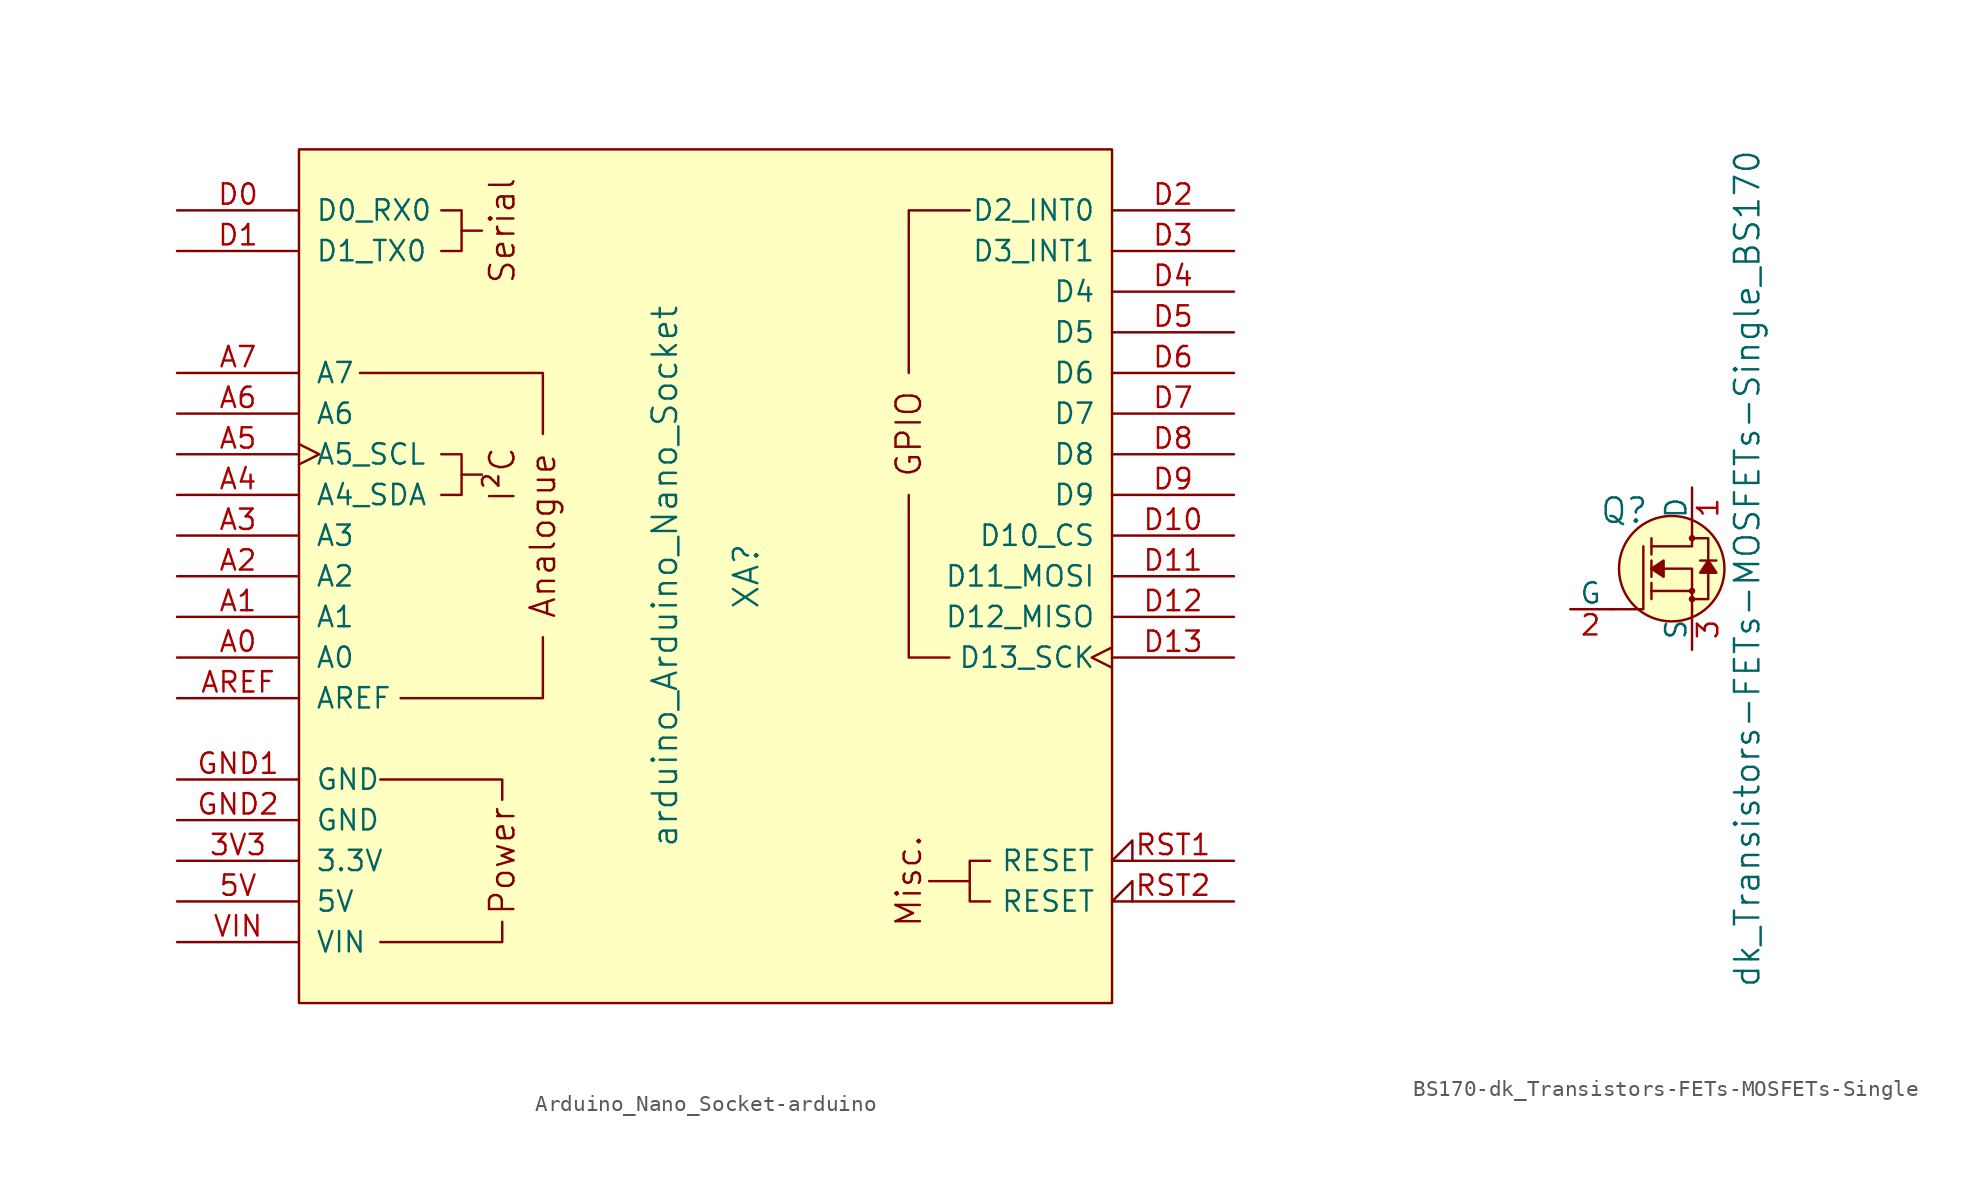
<source format=kicad_sym>
(kicad_symbol_lib
  (version 20241209)
  (generator "kicad_symbol_editor")
  (generator_version "9.0")
  (symbol "Arduino_Nano_Socket-arduino"
    (pin_names
      (offset 1.016))
    (property "Reference" "XA"
      (at 2.54 0 90)
      (effects (font (size 1.524 1.524))))
    (property "Value" "arduino_Arduino_Nano_Socket"
      (at -2.54 0 90)
      (effects (font (size 1.524 1.524))))
    (symbol "Arduino_Nano_Socket-arduino_0_0"
      (rectangle (start -25.4 26.67) (end 25.4 -26.67) (stroke (width 0) (type solid)) (fill (type background)))
      (polyline (pts (xy -20.32 -22.86) (xy -12.7 -22.86) (xy -12.7 -21.59)) (stroke (width 0) (type solid)) (fill (type none)))
      (polyline (pts (xy -16.51 22.86) (xy -15.24 22.86) (xy -15.24 20.32) (xy -16.51 20.32)) (stroke (width 0) (type solid)) (fill (type none)))
      (polyline (pts (xy -16.51 7.62) (xy -15.24 7.62) (xy -15.24 5.08) (xy -16.51 5.08)) (stroke (width 0) (type solid)) (fill (type none)))
      (polyline (pts (xy -15.24 21.59) (xy -13.97 21.59)) (stroke (width 0) (type solid)) (fill (type none)))
      (polyline (pts (xy -15.24 6.35) (xy -13.97 6.35)) (stroke (width 0) (type solid)) (fill (type none)))
      (polyline (pts (xy -12.7 -13.97) (xy -12.7 -12.7) (xy -20.32 -12.7)) (stroke (width 0) (type solid)) (fill (type none)))
      (polyline (pts (xy 16.51 -19.05) (xy 13.97 -19.05)) (stroke (width 0) (type solid)) (fill (type none)))
      (text "Serial" (at -12.7 21.59 900) (effects (font (size 1.524 1.524))))
      (text "I²C" (at -12.7 6.35 900) (effects (font (size 1.524 1.524))))
      (text "Power" (at -12.7 -17.78 900) (effects (font (size 1.524 1.524))))
      (text "Analogue" (at -10.16 2.54 900) (effects (font (size 1.524 1.524))))
      (text "Misc." (at 12.7 -19.05 900) (effects (font (size 1.524 1.524)))))
    (symbol "Arduino_Nano_Socket-arduino_0_1"
      (polyline (pts (xy -21.59 12.7) (xy -10.16 12.7) (xy -10.16 8.89)) (stroke (width 0) (type solid)) (fill (type none)))
      (polyline (pts (xy -19.05 -7.62) (xy -10.16 -7.62) (xy -10.16 -3.81)) (stroke (width 0) (type solid)) (fill (type none)))
      (polyline (pts (xy 15.24 -5.08) (xy 12.7 -5.08) (xy 12.7 5.08)) (stroke (width 0) (type solid)) (fill (type none)))
      (polyline (pts (xy 16.51 22.86) (xy 12.7 22.86) (xy 12.7 12.7)) (stroke (width 0) (type solid)) (fill (type none)))
      (polyline (pts (xy 17.78 -17.78) (xy 16.51 -17.78) (xy 16.51 -20.32) (xy 17.78 -20.32)) (stroke (width 0) (type solid)) (fill (type none))))
    (symbol "Arduino_Nano_Socket-arduino_1_0"
      (text "GPIO" (at 12.7 8.89 900) (effects (font (size 1.524 1.524)))))
    (symbol "Arduino_Nano_Socket-arduino_1_1"
      (pin bidirectional line (at -33.02 22.86 0) (length 7.62) (name "D0_RX0" (effects (font (size 1.27 1.27)))) (number "D0" (effects (font (size 1.27 1.27)))))
      (pin bidirectional line (at -33.02 20.32 0) (length 7.62) (name "D1_TX0" (effects (font (size 1.27 1.27)))) (number "D1" (effects (font (size 1.27 1.27)))))
      (pin input line (at -33.02 12.7 0) (length 7.62) (name "A7" (effects (font (size 1.27 1.27)))) (number "A7" (effects (font (size 1.27 1.27)))))
      (pin input line (at -33.02 10.16 0) (length 7.62) (name "A6" (effects (font (size 1.27 1.27)))) (number "A6" (effects (font (size 1.27 1.27)))))
      (pin bidirectional clock (at -33.02 7.62 0) (length 7.62) (name "A5_SCL" (effects (font (size 1.27 1.27)))) (number "A5" (effects (font (size 1.27 1.27)))))
      (pin bidirectional line (at -33.02 5.08 0) (length 7.62) (name "A4_SDA" (effects (font (size 1.27 1.27)))) (number "A4" (effects (font (size 1.27 1.27)))))
      (pin bidirectional line (at -33.02 2.54 0) (length 7.62) (name "A3" (effects (font (size 1.27 1.27)))) (number "A3" (effects (font (size 1.27 1.27)))))
      (pin bidirectional line (at -33.02 0 0) (length 7.62) (name "A2" (effects (font (size 1.27 1.27)))) (number "A2" (effects (font (size 1.27 1.27)))))
      (pin bidirectional line (at -33.02 -2.54 0) (length 7.62) (name "A1" (effects (font (size 1.27 1.27)))) (number "A1" (effects (font (size 1.27 1.27)))))
      (pin bidirectional line (at -33.02 -5.08 0) (length 7.62) (name "A0" (effects (font (size 1.27 1.27)))) (number "A0" (effects (font (size 1.27 1.27)))))
      (pin input line (at -33.02 -7.62 0) (length 7.62) (name "AREF" (effects (font (size 1.27 1.27)))) (number "AREF" (effects (font (size 1.27 1.27)))))
      (pin power_in line (at -33.02 -12.7 0) (length 7.62) (name "GND" (effects (font (size 1.27 1.27)))) (number "GND1" (effects (font (size 1.27 1.27)))))
      (pin power_in line (at -33.02 -15.24 0) (length 7.62) (name "GND" (effects (font (size 1.27 1.27)))) (number "GND2" (effects (font (size 1.27 1.27)))))
      (pin power_in line (at -33.02 -17.78 0) (length 7.62) (name "3.3V" (effects (font (size 1.27 1.27)))) (number "3V3" (effects (font (size 1.27 1.27)))))
      (pin power_in line (at -33.02 -20.32 0) (length 7.62) (name "5V" (effects (font (size 1.27 1.27)))) (number "5V" (effects (font (size 1.27 1.27)))))
      (pin power_in line (at -33.02 -22.86 0) (length 7.62) (name "VIN" (effects (font (size 1.27 1.27)))) (number "VIN" (effects (font (size 1.27 1.27)))))
      (pin bidirectional line (at 33.02 22.86 180) (length 7.62) (name "D2_INT0" (effects (font (size 1.27 1.27)))) (number "D2" (effects (font (size 1.27 1.27)))))
      (pin bidirectional line (at 33.02 20.32 180) (length 7.62) (name "D3_INT1" (effects (font (size 1.27 1.27)))) (number "D3" (effects (font (size 1.27 1.27)))))
      (pin bidirectional line (at 33.02 17.78 180) (length 7.62) (name "D4" (effects (font (size 1.27 1.27)))) (number "D4" (effects (font (size 1.27 1.27)))))
      (pin bidirectional line (at 33.02 15.24 180) (length 7.62) (name "D5" (effects (font (size 1.27 1.27)))) (number "D5" (effects (font (size 1.27 1.27)))))
      (pin bidirectional line (at 33.02 12.7 180) (length 7.62) (name "D6" (effects (font (size 1.27 1.27)))) (number "D6" (effects (font (size 1.27 1.27)))))
      (pin bidirectional line (at 33.02 10.16 180) (length 7.62) (name "D7" (effects (font (size 1.27 1.27)))) (number "D7" (effects (font (size 1.27 1.27)))))
      (pin bidirectional line (at 33.02 7.62 180) (length 7.62) (name "D8" (effects (font (size 1.27 1.27)))) (number "D8" (effects (font (size 1.27 1.27)))))
      (pin bidirectional line (at 33.02 5.08 180) (length 7.62) (name "D9" (effects (font (size 1.27 1.27)))) (number "D9" (effects (font (size 1.27 1.27)))))
      (pin bidirectional line (at 33.02 2.54 180) (length 7.62) (name "D10_CS" (effects (font (size 1.27 1.27)))) (number "D10" (effects (font (size 1.27 1.27)))))
      (pin bidirectional line (at 33.02 0 180) (length 7.62) (name "D11_MOSI" (effects (font (size 1.27 1.27)))) (number "D11" (effects (font (size 1.27 1.27)))))
      (pin bidirectional line (at 33.02 -2.54 180) (length 7.62) (name "D12_MISO" (effects (font (size 1.27 1.27)))) (number "D12" (effects (font (size 1.27 1.27)))))
      (pin bidirectional clock (at 33.02 -5.08 180) (length 7.62) (name "D13_SCK" (effects (font (size 1.27 1.27)))) (number "D13" (effects (font (size 1.27 1.27)))))
      (pin open_collector input_low (at 33.02 -17.78 180) (length 7.62) (name "RESET" (effects (font (size 1.27 1.27)))) (number "RST1" (effects (font (size 1.27 1.27)))))
      (pin open_collector input_low (at 33.02 -20.32 180) (length 7.62) (name "RESET" (effects (font (size 1.27 1.27)))) (number "RST2" (effects (font (size 1.27 1.27)))))))
  (symbol "BS170-dk_Transistors-FETs-MOSFETs-Single"
    (pin_names
      (offset 0))
    (property "Reference" "Q"
      (at -2.692 3.632 0)
      (effects (font (size 1.524 1.524)) (justify right)))
    (property "Value" "dk_Transistors-FETs-MOSFETs-Single_BS170"
      (at 3.454 0 90)
      (effects (font (size 1.524 1.524))))
    (symbol "BS170-dk_Transistors-FETs-MOSFETs-Single_0_1"
      (polyline (pts (xy -5.08 -2.54) (xy -3.048 -2.54) (xy -3.048 1.397)) (stroke (width 0) (type solid)) (fill (type none)))
      (circle (center -1.27 0) (radius 3.302) (stroke (width 0) (type solid)) (fill (type background)))
      (polyline (pts (xy -0.127 -1.905) (xy 1.016 -1.905) (xy 1.016 1.397) (xy 1.016 1.905) (xy -0.127 1.905)) (stroke (width 0) (type solid)) (fill (type none)))
      (polyline (pts (xy 0 2.54) (xy 0 1.397) (xy -2.54 1.397)) (stroke (width 0) (type solid)) (fill (type none)))
      (circle (center 0 1.905) (radius 0.127) (stroke (width 0) (type solid)) (fill (type none)))
      (polyline (pts (xy 0 -1.397) (xy -2.54 -1.397)) (stroke (width 0) (type solid)) (fill (type none)))
      (circle (center 0 -1.397) (radius 0.127) (stroke (width 0) (type solid)) (fill (type none)))
      (circle (center 0 -1.905) (radius 0.127) (stroke (width 0) (type solid)) (fill (type none)))
      (polyline (pts (xy 0 -2.54) (xy 0 0) (xy -2.54 0)) (stroke (width 0) (type solid)) (fill (type none))))
    (symbol "BS170-dk_Transistors-FETs-MOSFETs-Single_1_1"
      (polyline (pts (xy -2.54 1.905) (xy -2.54 0.889)) (stroke (width 0) (type solid)) (fill (type none)))
      (polyline (pts (xy -2.54 0) (xy -2.54 0.508)) (stroke (width 0) (type solid)) (fill (type none)))
      (polyline (pts (xy -2.54 0) (xy -2.54 -0.508)) (stroke (width 0) (type solid)) (fill (type none)))
      (polyline (pts (xy -2.54 0) (xy -1.778 0.508) (xy -1.778 -0.508) (xy -2.54 0)) (stroke (width 0) (type solid)) (fill (type outline)))
      (polyline (pts (xy -2.54 -1.397) (xy -2.54 -0.889)) (stroke (width 0) (type solid)) (fill (type none)))
      (polyline (pts (xy -2.54 -1.397) (xy -2.54 -1.905)) (stroke (width 0) (type solid)) (fill (type none)))
      (polyline (pts (xy 1.016 0.508) (xy 0.508 -0.254) (xy 1.524 -0.254) (xy 1.016 0.508)) (stroke (width 0) (type solid)) (fill (type outline)))
      (polyline (pts (xy 1.524 0.508) (xy 0.508 0.508)) (stroke (width 0) (type solid)) (fill (type none)))
      (pin bidirectional line (at -7.62 -2.54 0) (length 2.54) (name "G" (effects (font (size 1.27 1.27)))) (number "2" (effects (font (size 1.27 1.27)))))
      (pin bidirectional line (at 0 5.08 270) (length 2.54) (name "D" (effects (font (size 1.27 1.27)))) (number "1" (effects (font (size 1.27 1.27)))))
      (pin bidirectional line (at 0 -5.08 90) (length 2.54) (name "S" (effects (font (size 1.27 1.27)))) (number "3" (effects (font (size 1.27 1.27))))))))
</source>
